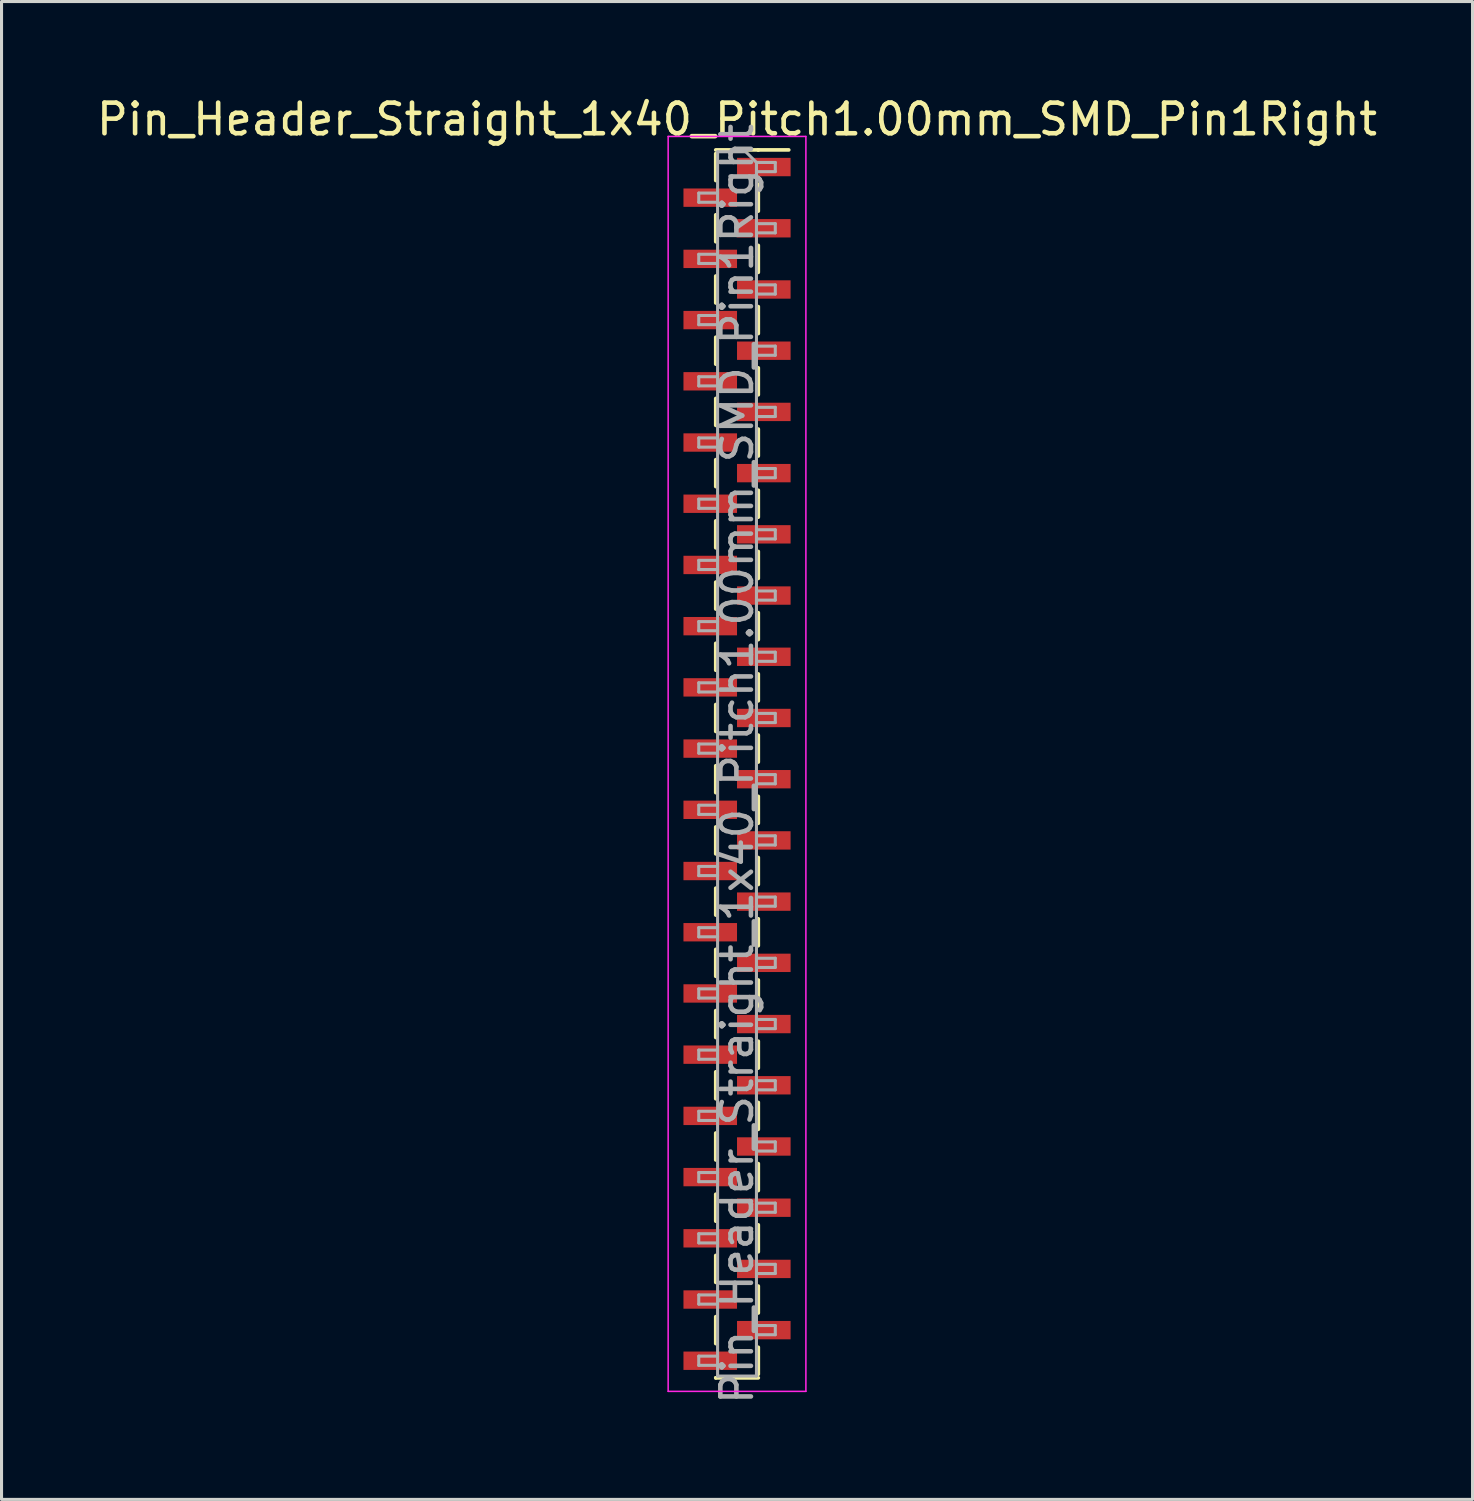
<source format=kicad_pcb>
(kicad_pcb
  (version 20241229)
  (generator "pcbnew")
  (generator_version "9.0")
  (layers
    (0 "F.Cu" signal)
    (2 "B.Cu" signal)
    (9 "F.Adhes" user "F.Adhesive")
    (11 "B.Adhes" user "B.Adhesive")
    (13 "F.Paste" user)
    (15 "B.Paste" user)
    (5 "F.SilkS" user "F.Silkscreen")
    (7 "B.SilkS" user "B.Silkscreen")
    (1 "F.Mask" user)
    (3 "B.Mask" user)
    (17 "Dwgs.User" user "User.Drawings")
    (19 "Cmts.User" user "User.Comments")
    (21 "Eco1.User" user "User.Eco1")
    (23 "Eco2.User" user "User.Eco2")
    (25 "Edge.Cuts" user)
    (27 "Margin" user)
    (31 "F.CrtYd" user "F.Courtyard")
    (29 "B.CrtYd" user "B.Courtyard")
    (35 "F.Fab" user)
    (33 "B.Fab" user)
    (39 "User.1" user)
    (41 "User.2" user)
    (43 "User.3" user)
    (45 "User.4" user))
  (footprint "Pin_Header_Straight_1x40_Pitch1.00mm_SMD_Pin1Right"
    (layer "F.Cu")
    (at 21.03 21.908)
    (property "Reference" "Pin_Header_Straight_1x40_Pitch1.00mm_SMD_Pin1Right" (at 0 -21.06 0) (layer "F.SilkS") (effects (font (size 1 1) (thickness 0.15))))
    (attr smd)
    (fp_line (start -0.695 -20.06) (end 0.695 -20.06) (stroke (width 0.12) (type solid)) (layer "F.SilkS"))
    (fp_line (start -0.695 -19.94) (end -0.695 -19.06) (stroke (width 0.12) (type solid)) (layer "F.SilkS"))
    (fp_line (start -0.695 -17.94) (end -0.695 -17.06) (stroke (width 0.12) (type solid)) (layer "F.SilkS"))
    (fp_line (start -0.695 -15.94) (end -0.695 -15.06) (stroke (width 0.12) (type solid)) (layer "F.SilkS"))
    (fp_line (start -0.695 -13.94) (end -0.695 -13.06) (stroke (width 0.12) (type solid)) (layer "F.SilkS"))
    (fp_line (start -0.695 -11.94) (end -0.695 -11.06) (stroke (width 0.12) (type solid)) (layer "F.SilkS"))
    (fp_line (start -0.695 -9.94) (end -0.695 -9.06) (stroke (width 0.12) (type solid)) (layer "F.SilkS"))
    (fp_line (start -0.695 -7.94) (end -0.695 -7.06) (stroke (width 0.12) (type solid)) (layer "F.SilkS"))
    (fp_line (start -0.695 -5.94) (end -0.695 -5.06) (stroke (width 0.12) (type solid)) (layer "F.SilkS"))
    (fp_line (start -0.695 -3.94) (end -0.695 -3.06) (stroke (width 0.12) (type solid)) (layer "F.SilkS"))
    (fp_line (start -0.695 -1.94) (end -0.695 -1.06) (stroke (width 0.12) (type solid)) (layer "F.SilkS"))
    (fp_line (start -0.695 0.06) (end -0.695 0.94) (stroke (width 0.12) (type solid)) (layer "F.SilkS"))
    (fp_line (start -0.695 2.06) (end -0.695 2.94) (stroke (width 0.12) (type solid)) (layer "F.SilkS"))
    (fp_line (start -0.695 4.06) (end -0.695 4.94) (stroke (width 0.12) (type solid)) (layer "F.SilkS"))
    (fp_line (start -0.695 6.06) (end -0.695 6.94) (stroke (width 0.12) (type solid)) (layer "F.SilkS"))
    (fp_line (start -0.695 8.06) (end -0.695 8.94) (stroke (width 0.12) (type solid)) (layer "F.SilkS"))
    (fp_line (start -0.695 10.06) (end -0.695 10.94) (stroke (width 0.12) (type solid)) (layer "F.SilkS"))
    (fp_line (start -0.695 12.06) (end -0.695 12.94) (stroke (width 0.12) (type solid)) (layer "F.SilkS"))
    (fp_line (start -0.695 14.06) (end -0.695 14.94) (stroke (width 0.12) (type solid)) (layer "F.SilkS"))
    (fp_line (start -0.695 16.06) (end -0.695 16.94) (stroke (width 0.12) (type solid)) (layer "F.SilkS"))
    (fp_line (start -0.695 18.06) (end -0.695 18.94) (stroke (width 0.12) (type solid)) (layer "F.SilkS"))
    (fp_line (start -0.695 20.06) (end -0.695 20.06) (stroke (width 0.12) (type solid)) (layer "F.SilkS"))
    (fp_line (start -0.695 20.06) (end 0.695 20.06) (stroke (width 0.12) (type solid)) (layer "F.SilkS"))
    (fp_line (start 0.695 -20.06) (end 0.695 -20.06) (stroke (width 0.12) (type solid)) (layer "F.SilkS"))
    (fp_line (start 0.695 -20.06) (end 1.69 -20.06) (stroke (width 0.12) (type solid)) (layer "F.SilkS"))
    (fp_line (start 0.695 -18.94) (end 0.695 -18.06) (stroke (width 0.12) (type solid)) (layer "F.SilkS"))
    (fp_line (start 0.695 -16.94) (end 0.695 -16.06) (stroke (width 0.12) (type solid)) (layer "F.SilkS"))
    (fp_line (start 0.695 -14.94) (end 0.695 -14.06) (stroke (width 0.12) (type solid)) (layer "F.SilkS"))
    (fp_line (start 0.695 -12.94) (end 0.695 -12.06) (stroke (width 0.12) (type solid)) (layer "F.SilkS"))
    (fp_line (start 0.695 -10.94) (end 0.695 -10.06) (stroke (width 0.12) (type solid)) (layer "F.SilkS"))
    (fp_line (start 0.695 -8.94) (end 0.695 -8.06) (stroke (width 0.12) (type solid)) (layer "F.SilkS"))
    (fp_line (start 0.695 -6.94) (end 0.695 -6.06) (stroke (width 0.12) (type solid)) (layer "F.SilkS"))
    (fp_line (start 0.695 -4.94) (end 0.695 -4.06) (stroke (width 0.12) (type solid)) (layer "F.SilkS"))
    (fp_line (start 0.695 -2.94) (end 0.695 -2.06) (stroke (width 0.12) (type solid)) (layer "F.SilkS"))
    (fp_line (start 0.695 -0.94) (end 0.695 -0.06) (stroke (width 0.12) (type solid)) (layer "F.SilkS"))
    (fp_line (start 0.695 1.06) (end 0.695 1.94) (stroke (width 0.12) (type solid)) (layer "F.SilkS"))
    (fp_line (start 0.695 3.06) (end 0.695 3.94) (stroke (width 0.12) (type solid)) (layer "F.SilkS"))
    (fp_line (start 0.695 5.06) (end 0.695 5.94) (stroke (width 0.12) (type solid)) (layer "F.SilkS"))
    (fp_line (start 0.695 7.06) (end 0.695 7.94) (stroke (width 0.12) (type solid)) (layer "F.SilkS"))
    (fp_line (start 0.695 9.06) (end 0.695 9.94) (stroke (width 0.12) (type solid)) (layer "F.SilkS"))
    (fp_line (start 0.695 11.06) (end 0.695 11.94) (stroke (width 0.12) (type solid)) (layer "F.SilkS"))
    (fp_line (start 0.695 13.06) (end 0.695 13.94) (stroke (width 0.12) (type solid)) (layer "F.SilkS"))
    (fp_line (start 0.695 15.06) (end 0.695 15.94) (stroke (width 0.12) (type solid)) (layer "F.SilkS"))
    (fp_line (start 0.695 17.06) (end 0.695 17.94) (stroke (width 0.12) (type solid)) (layer "F.SilkS"))
    (fp_line (start 0.695 19.06) (end 0.695 19.94) (stroke (width 0.12) (type solid)) (layer "F.SilkS"))
    (fp_line (start -2.25 -20.5) (end -2.25 20.5) (stroke (width 0.05) (type solid)) (layer "F.CrtYd"))
    (fp_line (start -2.25 20.5) (end 2.25 20.5) (stroke (width 0.05) (type solid)) (layer "F.CrtYd"))
    (fp_line (start 2.25 -20.5) (end -2.25 -20.5) (stroke (width 0.05) (type solid)) (layer "F.CrtYd"))
    (fp_line (start 2.25 20.5) (end 2.25 -20.5) (stroke (width 0.05) (type solid)) (layer "F.CrtYd"))
    (fp_line (start -1.25 -18.65) (end -1.25 -18.35) (stroke (width 0.1) (type solid)) (layer "F.Fab"))
    (fp_line (start -1.25 -18.35) (end -0.635 -18.35) (stroke (width 0.1) (type solid)) (layer "F.Fab"))
    (fp_line (start -1.25 -16.65) (end -1.25 -16.35) (stroke (width 0.1) (type solid)) (layer "F.Fab"))
    (fp_line (start -1.25 -16.35) (end -0.635 -16.35) (stroke (width 0.1) (type solid)) (layer "F.Fab"))
    (fp_line (start -1.25 -14.65) (end -1.25 -14.35) (stroke (width 0.1) (type solid)) (layer "F.Fab"))
    (fp_line (start -1.25 -14.35) (end -0.635 -14.35) (stroke (width 0.1) (type solid)) (layer "F.Fab"))
    (fp_line (start -1.25 -12.65) (end -1.25 -12.35) (stroke (width 0.1) (type solid)) (layer "F.Fab"))
    (fp_line (start -1.25 -12.35) (end -0.635 -12.35) (stroke (width 0.1) (type solid)) (layer "F.Fab"))
    (fp_line (start -1.25 -10.65) (end -1.25 -10.35) (stroke (width 0.1) (type solid)) (layer "F.Fab"))
    (fp_line (start -1.25 -10.35) (end -0.635 -10.35) (stroke (width 0.1) (type solid)) (layer "F.Fab"))
    (fp_line (start -1.25 -8.65) (end -1.25 -8.35) (stroke (width 0.1) (type solid)) (layer "F.Fab"))
    (fp_line (start -1.25 -8.35) (end -0.635 -8.35) (stroke (width 0.1) (type solid)) (layer "F.Fab"))
    (fp_line (start -1.25 -6.65) (end -1.25 -6.35) (stroke (width 0.1) (type solid)) (layer "F.Fab"))
    (fp_line (start -1.25 -6.35) (end -0.635 -6.35) (stroke (width 0.1) (type solid)) (layer "F.Fab"))
    (fp_line (start -1.25 -4.65) (end -1.25 -4.35) (stroke (width 0.1) (type solid)) (layer "F.Fab"))
    (fp_line (start -1.25 -4.35) (end -0.635 -4.35) (stroke (width 0.1) (type solid)) (layer "F.Fab"))
    (fp_line (start -1.25 -2.65) (end -1.25 -2.35) (stroke (width 0.1) (type solid)) (layer "F.Fab"))
    (fp_line (start -1.25 -2.35) (end -0.635 -2.35) (stroke (width 0.1) (type solid)) (layer "F.Fab"))
    (fp_line (start -1.25 -0.65) (end -1.25 -0.35) (stroke (width 0.1) (type solid)) (layer "F.Fab"))
    (fp_line (start -1.25 -0.35) (end -0.635 -0.35) (stroke (width 0.1) (type solid)) (layer "F.Fab"))
    (fp_line (start -1.25 1.35) (end -1.25 1.65) (stroke (width 0.1) (type solid)) (layer "F.Fab"))
    (fp_line (start -1.25 1.65) (end -0.635 1.65) (stroke (width 0.1) (type solid)) (layer "F.Fab"))
    (fp_line (start -1.25 3.35) (end -1.25 3.65) (stroke (width 0.1) (type solid)) (layer "F.Fab"))
    (fp_line (start -1.25 3.65) (end -0.635 3.65) (stroke (width 0.1) (type solid)) (layer "F.Fab"))
    (fp_line (start -1.25 5.35) (end -1.25 5.65) (stroke (width 0.1) (type solid)) (layer "F.Fab"))
    (fp_line (start -1.25 5.65) (end -0.635 5.65) (stroke (width 0.1) (type solid)) (layer "F.Fab"))
    (fp_line (start -1.25 7.35) (end -1.25 7.65) (stroke (width 0.1) (type solid)) (layer "F.Fab"))
    (fp_line (start -1.25 7.65) (end -0.635 7.65) (stroke (width 0.1) (type solid)) (layer "F.Fab"))
    (fp_line (start -1.25 9.35) (end -1.25 9.65) (stroke (width 0.1) (type solid)) (layer "F.Fab"))
    (fp_line (start -1.25 9.65) (end -0.635 9.65) (stroke (width 0.1) (type solid)) (layer "F.Fab"))
    (fp_line (start -1.25 11.35) (end -1.25 11.65) (stroke (width 0.1) (type solid)) (layer "F.Fab"))
    (fp_line (start -1.25 11.65) (end -0.635 11.65) (stroke (width 0.1) (type solid)) (layer "F.Fab"))
    (fp_line (start -1.25 13.35) (end -1.25 13.65) (stroke (width 0.1) (type solid)) (layer "F.Fab"))
    (fp_line (start -1.25 13.65) (end -0.635 13.65) (stroke (width 0.1) (type solid)) (layer "F.Fab"))
    (fp_line (start -1.25 15.35) (end -1.25 15.65) (stroke (width 0.1) (type solid)) (layer "F.Fab"))
    (fp_line (start -1.25 15.65) (end -0.635 15.65) (stroke (width 0.1) (type solid)) (layer "F.Fab"))
    (fp_line (start -1.25 17.35) (end -1.25 17.65) (stroke (width 0.1) (type solid)) (layer "F.Fab"))
    (fp_line (start -1.25 17.65) (end -0.635 17.65) (stroke (width 0.1) (type solid)) (layer "F.Fab"))
    (fp_line (start -1.25 19.35) (end -1.25 19.65) (stroke (width 0.1) (type solid)) (layer "F.Fab"))
    (fp_line (start -1.25 19.65) (end -0.635 19.65) (stroke (width 0.1) (type solid)) (layer "F.Fab"))
    (fp_line (start -0.635 -20) (end -0.635 20) (stroke (width 0.1) (type solid)) (layer "F.Fab"))
    (fp_line (start -0.635 -20) (end 0.285 -20) (stroke (width 0.1) (type solid)) (layer "F.Fab"))
    (fp_line (start -0.635 -18.65) (end -1.25 -18.65) (stroke (width 0.1) (type solid)) (layer "F.Fab"))
    (fp_line (start -0.635 -16.65) (end -1.25 -16.65) (stroke (width 0.1) (type solid)) (layer "F.Fab"))
    (fp_line (start -0.635 -14.65) (end -1.25 -14.65) (stroke (width 0.1) (type solid)) (layer "F.Fab"))
    (fp_line (start -0.635 -12.65) (end -1.25 -12.65) (stroke (width 0.1) (type solid)) (layer "F.Fab"))
    (fp_line (start -0.635 -10.65) (end -1.25 -10.65) (stroke (width 0.1) (type solid)) (layer "F.Fab"))
    (fp_line (start -0.635 -8.65) (end -1.25 -8.65) (stroke (width 0.1) (type solid)) (layer "F.Fab"))
    (fp_line (start -0.635 -6.65) (end -1.25 -6.65) (stroke (width 0.1) (type solid)) (layer "F.Fab"))
    (fp_line (start -0.635 -4.65) (end -1.25 -4.65) (stroke (width 0.1) (type solid)) (layer "F.Fab"))
    (fp_line (start -0.635 -2.65) (end -1.25 -2.65) (stroke (width 0.1) (type solid)) (layer "F.Fab"))
    (fp_line (start -0.635 -0.65) (end -1.25 -0.65) (stroke (width 0.1) (type solid)) (layer "F.Fab"))
    (fp_line (start -0.635 1.35) (end -1.25 1.35) (stroke (width 0.1) (type solid)) (layer "F.Fab"))
    (fp_line (start -0.635 3.35) (end -1.25 3.35) (stroke (width 0.1) (type solid)) (layer "F.Fab"))
    (fp_line (start -0.635 5.35) (end -1.25 5.35) (stroke (width 0.1) (type solid)) (layer "F.Fab"))
    (fp_line (start -0.635 7.35) (end -1.25 7.35) (stroke (width 0.1) (type solid)) (layer "F.Fab"))
    (fp_line (start -0.635 9.35) (end -1.25 9.35) (stroke (width 0.1) (type solid)) (layer "F.Fab"))
    (fp_line (start -0.635 11.35) (end -1.25 11.35) (stroke (width 0.1) (type solid)) (layer "F.Fab"))
    (fp_line (start -0.635 13.35) (end -1.25 13.35) (stroke (width 0.1) (type solid)) (layer "F.Fab"))
    (fp_line (start -0.635 15.35) (end -1.25 15.35) (stroke (width 0.1) (type solid)) (layer "F.Fab"))
    (fp_line (start -0.635 17.35) (end -1.25 17.35) (stroke (width 0.1) (type solid)) (layer "F.Fab"))
    (fp_line (start -0.635 19.35) (end -1.25 19.35) (stroke (width 0.1) (type solid)) (layer "F.Fab"))
    (fp_line (start 0.635 -19.65) (end 0.285 -20) (stroke (width 0.1) (type solid)) (layer "F.Fab"))
    (fp_line (start 0.635 -19.65) (end 1.25 -19.65) (stroke (width 0.1) (type solid)) (layer "F.Fab"))
    (fp_line (start 0.635 -17.65) (end 1.25 -17.65) (stroke (width 0.1) (type solid)) (layer "F.Fab"))
    (fp_line (start 0.635 -15.65) (end 1.25 -15.65) (stroke (width 0.1) (type solid)) (layer "F.Fab"))
    (fp_line (start 0.635 -13.65) (end 1.25 -13.65) (stroke (width 0.1) (type solid)) (layer "F.Fab"))
    (fp_line (start 0.635 -11.65) (end 1.25 -11.65) (stroke (width 0.1) (type solid)) (layer "F.Fab"))
    (fp_line (start 0.635 -9.65) (end 1.25 -9.65) (stroke (width 0.1) (type solid)) (layer "F.Fab"))
    (fp_line (start 0.635 -7.65) (end 1.25 -7.65) (stroke (width 0.1) (type solid)) (layer "F.Fab"))
    (fp_line (start 0.635 -5.65) (end 1.25 -5.65) (stroke (width 0.1) (type solid)) (layer "F.Fab"))
    (fp_line (start 0.635 -3.65) (end 1.25 -3.65) (stroke (width 0.1) (type solid)) (layer "F.Fab"))
    (fp_line (start 0.635 -1.65) (end 1.25 -1.65) (stroke (width 0.1) (type solid)) (layer "F.Fab"))
    (fp_line (start 0.635 0.35) (end 1.25 0.35) (stroke (width 0.1) (type solid)) (layer "F.Fab"))
    (fp_line (start 0.635 2.35) (end 1.25 2.35) (stroke (width 0.1) (type solid)) (layer "F.Fab"))
    (fp_line (start 0.635 4.35) (end 1.25 4.35) (stroke (width 0.1) (type solid)) (layer "F.Fab"))
    (fp_line (start 0.635 6.35) (end 1.25 6.35) (stroke (width 0.1) (type solid)) (layer "F.Fab"))
    (fp_line (start 0.635 8.35) (end 1.25 8.35) (stroke (width 0.1) (type solid)) (layer "F.Fab"))
    (fp_line (start 0.635 10.35) (end 1.25 10.35) (stroke (width 0.1) (type solid)) (layer "F.Fab"))
    (fp_line (start 0.635 12.35) (end 1.25 12.35) (stroke (width 0.1) (type solid)) (layer "F.Fab"))
    (fp_line (start 0.635 14.35) (end 1.25 14.35) (stroke (width 0.1) (type solid)) (layer "F.Fab"))
    (fp_line (start 0.635 16.35) (end 1.25 16.35) (stroke (width 0.1) (type solid)) (layer "F.Fab"))
    (fp_line (start 0.635 18.35) (end 1.25 18.35) (stroke (width 0.1) (type solid)) (layer "F.Fab"))
    (fp_line (start 0.635 20) (end -0.635 20) (stroke (width 0.1) (type solid)) (layer "F.Fab"))
    (fp_line (start 0.635 20) (end 0.635 -19.65) (stroke (width 0.1) (type solid)) (layer "F.Fab"))
    (fp_line (start 1.25 -19.65) (end 1.25 -19.35) (stroke (width 0.1) (type solid)) (layer "F.Fab"))
    (fp_line (start 1.25 -19.35) (end 0.635 -19.35) (stroke (width 0.1) (type solid)) (layer "F.Fab"))
    (fp_line (start 1.25 -17.65) (end 1.25 -17.35) (stroke (width 0.1) (type solid)) (layer "F.Fab"))
    (fp_line (start 1.25 -17.35) (end 0.635 -17.35) (stroke (width 0.1) (type solid)) (layer "F.Fab"))
    (fp_line (start 1.25 -15.65) (end 1.25 -15.35) (stroke (width 0.1) (type solid)) (layer "F.Fab"))
    (fp_line (start 1.25 -15.35) (end 0.635 -15.35) (stroke (width 0.1) (type solid)) (layer "F.Fab"))
    (fp_line (start 1.25 -13.65) (end 1.25 -13.35) (stroke (width 0.1) (type solid)) (layer "F.Fab"))
    (fp_line (start 1.25 -13.35) (end 0.635 -13.35) (stroke (width 0.1) (type solid)) (layer "F.Fab"))
    (fp_line (start 1.25 -11.65) (end 1.25 -11.35) (stroke (width 0.1) (type solid)) (layer "F.Fab"))
    (fp_line (start 1.25 -11.35) (end 0.635 -11.35) (stroke (width 0.1) (type solid)) (layer "F.Fab"))
    (fp_line (start 1.25 -9.65) (end 1.25 -9.35) (stroke (width 0.1) (type solid)) (layer "F.Fab"))
    (fp_line (start 1.25 -9.35) (end 0.635 -9.35) (stroke (width 0.1) (type solid)) (layer "F.Fab"))
    (fp_line (start 1.25 -7.65) (end 1.25 -7.35) (stroke (width 0.1) (type solid)) (layer "F.Fab"))
    (fp_line (start 1.25 -7.35) (end 0.635 -7.35) (stroke (width 0.1) (type solid)) (layer "F.Fab"))
    (fp_line (start 1.25 -5.65) (end 1.25 -5.35) (stroke (width 0.1) (type solid)) (layer "F.Fab"))
    (fp_line (start 1.25 -5.35) (end 0.635 -5.35) (stroke (width 0.1) (type solid)) (layer "F.Fab"))
    (fp_line (start 1.25 -3.65) (end 1.25 -3.35) (stroke (width 0.1) (type solid)) (layer "F.Fab"))
    (fp_line (start 1.25 -3.35) (end 0.635 -3.35) (stroke (width 0.1) (type solid)) (layer "F.Fab"))
    (fp_line (start 1.25 -1.65) (end 1.25 -1.35) (stroke (width 0.1) (type solid)) (layer "F.Fab"))
    (fp_line (start 1.25 -1.35) (end 0.635 -1.35) (stroke (width 0.1) (type solid)) (layer "F.Fab"))
    (fp_line (start 1.25 0.35) (end 1.25 0.65) (stroke (width 0.1) (type solid)) (layer "F.Fab"))
    (fp_line (start 1.25 0.65) (end 0.635 0.65) (stroke (width 0.1) (type solid)) (layer "F.Fab"))
    (fp_line (start 1.25 2.35) (end 1.25 2.65) (stroke (width 0.1) (type solid)) (layer "F.Fab"))
    (fp_line (start 1.25 2.65) (end 0.635 2.65) (stroke (width 0.1) (type solid)) (layer "F.Fab"))
    (fp_line (start 1.25 4.35) (end 1.25 4.65) (stroke (width 0.1) (type solid)) (layer "F.Fab"))
    (fp_line (start 1.25 4.65) (end 0.635 4.65) (stroke (width 0.1) (type solid)) (layer "F.Fab"))
    (fp_line (start 1.25 6.35) (end 1.25 6.65) (stroke (width 0.1) (type solid)) (layer "F.Fab"))
    (fp_line (start 1.25 6.65) (end 0.635 6.65) (stroke (width 0.1) (type solid)) (layer "F.Fab"))
    (fp_line (start 1.25 8.35) (end 1.25 8.65) (stroke (width 0.1) (type solid)) (layer "F.Fab"))
    (fp_line (start 1.25 8.65) (end 0.635 8.65) (stroke (width 0.1) (type solid)) (layer "F.Fab"))
    (fp_line (start 1.25 10.35) (end 1.25 10.65) (stroke (width 0.1) (type solid)) (layer "F.Fab"))
    (fp_line (start 1.25 10.65) (end 0.635 10.65) (stroke (width 0.1) (type solid)) (layer "F.Fab"))
    (fp_line (start 1.25 12.35) (end 1.25 12.65) (stroke (width 0.1) (type solid)) (layer "F.Fab"))
    (fp_line (start 1.25 12.65) (end 0.635 12.65) (stroke (width 0.1) (type solid)) (layer "F.Fab"))
    (fp_line (start 1.25 14.35) (end 1.25 14.65) (stroke (width 0.1) (type solid)) (layer "F.Fab"))
    (fp_line (start 1.25 14.65) (end 0.635 14.65) (stroke (width 0.1) (type solid)) (layer "F.Fab"))
    (fp_line (start 1.25 16.35) (end 1.25 16.65) (stroke (width 0.1) (type solid)) (layer "F.Fab"))
    (fp_line (start 1.25 16.65) (end 0.635 16.65) (stroke (width 0.1) (type solid)) (layer "F.Fab"))
    (fp_line (start 1.25 18.35) (end 1.25 18.65) (stroke (width 0.1) (type solid)) (layer "F.Fab"))
    (fp_line (start 1.25 18.65) (end 0.635 18.65) (stroke (width 0.1) (type solid)) (layer "F.Fab"))
    (fp_text user "${REFERENCE}" (at 0 0 90) (layer "F.Fab") (effects (font (size 1 1) (thickness 0.15))))
    (pad "1" smd rect (at 0.875 -19.5) (size 1.75 0.6) (layers "F.Cu" "F.Mask" "F.Paste"))
    (pad "2" smd rect (at -0.875 -18.5) (size 1.75 0.6) (layers "F.Cu" "F.Mask" "F.Paste"))
    (pad "3" smd rect (at 0.875 -17.5) (size 1.75 0.6) (layers "F.Cu" "F.Mask" "F.Paste"))
    (pad "4" smd rect (at -0.875 -16.5) (size 1.75 0.6) (layers "F.Cu" "F.Mask" "F.Paste"))
    (pad "5" smd rect (at 0.875 -15.5) (size 1.75 0.6) (layers "F.Cu" "F.Mask" "F.Paste"))
    (pad "6" smd rect (at -0.875 -14.5) (size 1.75 0.6) (layers "F.Cu" "F.Mask" "F.Paste"))
    (pad "7" smd rect (at 0.875 -13.5) (size 1.75 0.6) (layers "F.Cu" "F.Mask" "F.Paste"))
    (pad "8" smd rect (at -0.875 -12.5) (size 1.75 0.6) (layers "F.Cu" "F.Mask" "F.Paste"))
    (pad "9" smd rect (at 0.875 -11.5) (size 1.75 0.6) (layers "F.Cu" "F.Mask" "F.Paste"))
    (pad "10" smd rect (at -0.875 -10.5) (size 1.75 0.6) (layers "F.Cu" "F.Mask" "F.Paste"))
    (pad "11" smd rect (at 0.875 -9.5) (size 1.75 0.6) (layers "F.Cu" "F.Mask" "F.Paste"))
    (pad "12" smd rect (at -0.875 -8.5) (size 1.75 0.6) (layers "F.Cu" "F.Mask" "F.Paste"))
    (pad "13" smd rect (at 0.875 -7.5) (size 1.75 0.6) (layers "F.Cu" "F.Mask" "F.Paste"))
    (pad "14" smd rect (at -0.875 -6.5) (size 1.75 0.6) (layers "F.Cu" "F.Mask" "F.Paste"))
    (pad "15" smd rect (at 0.875 -5.5) (size 1.75 0.6) (layers "F.Cu" "F.Mask" "F.Paste"))
    (pad "16" smd rect (at -0.875 -4.5) (size 1.75 0.6) (layers "F.Cu" "F.Mask" "F.Paste"))
    (pad "17" smd rect (at 0.875 -3.5) (size 1.75 0.6) (layers "F.Cu" "F.Mask" "F.Paste"))
    (pad "18" smd rect (at -0.875 -2.5) (size 1.75 0.6) (layers "F.Cu" "F.Mask" "F.Paste"))
    (pad "19" smd rect (at 0.875 -1.5) (size 1.75 0.6) (layers "F.Cu" "F.Mask" "F.Paste"))
    (pad "20" smd rect (at -0.875 -0.5) (size 1.75 0.6) (layers "F.Cu" "F.Mask" "F.Paste"))
    (pad "21" smd rect (at 0.875 0.5) (size 1.75 0.6) (layers "F.Cu" "F.Mask" "F.Paste"))
    (pad "22" smd rect (at -0.875 1.5) (size 1.75 0.6) (layers "F.Cu" "F.Mask" "F.Paste"))
    (pad "23" smd rect (at 0.875 2.5) (size 1.75 0.6) (layers "F.Cu" "F.Mask" "F.Paste"))
    (pad "24" smd rect (at -0.875 3.5) (size 1.75 0.6) (layers "F.Cu" "F.Mask" "F.Paste"))
    (pad "25" smd rect (at 0.875 4.5) (size 1.75 0.6) (layers "F.Cu" "F.Mask" "F.Paste"))
    (pad "26" smd rect (at -0.875 5.5) (size 1.75 0.6) (layers "F.Cu" "F.Mask" "F.Paste"))
    (pad "27" smd rect (at 0.875 6.5) (size 1.75 0.6) (layers "F.Cu" "F.Mask" "F.Paste"))
    (pad "28" smd rect (at -0.875 7.5) (size 1.75 0.6) (layers "F.Cu" "F.Mask" "F.Paste"))
    (pad "29" smd rect (at 0.875 8.5) (size 1.75 0.6) (layers "F.Cu" "F.Mask" "F.Paste"))
    (pad "30" smd rect (at -0.875 9.5) (size 1.75 0.6) (layers "F.Cu" "F.Mask" "F.Paste"))
    (pad "31" smd rect (at 0.875 10.5) (size 1.75 0.6) (layers "F.Cu" "F.Mask" "F.Paste"))
    (pad "32" smd rect (at -0.875 11.5) (size 1.75 0.6) (layers "F.Cu" "F.Mask" "F.Paste"))
    (pad "33" smd rect (at 0.875 12.5) (size 1.75 0.6) (layers "F.Cu" "F.Mask" "F.Paste"))
    (pad "34" smd rect (at -0.875 13.5) (size 1.75 0.6) (layers "F.Cu" "F.Mask" "F.Paste"))
    (pad "35" smd rect (at 0.875 14.5) (size 1.75 0.6) (layers "F.Cu" "F.Mask" "F.Paste"))
    (pad "36" smd rect (at -0.875 15.5) (size 1.75 0.6) (layers "F.Cu" "F.Mask" "F.Paste"))
    (pad "37" smd rect (at 0.875 16.5) (size 1.75 0.6) (layers "F.Cu" "F.Mask" "F.Paste"))
    (pad "38" smd rect (at -0.875 17.5) (size 1.75 0.6) (layers "F.Cu" "F.Mask" "F.Paste"))
    (pad "39" smd rect (at 0.875 18.5) (size 1.75 0.6) (layers "F.Cu" "F.Mask" "F.Paste"))
    (pad "40" smd rect (at -0.875 19.5) (size 1.75 0.6) (layers "F.Cu" "F.Mask" "F.Paste")))
  (gr_rect
    (start -3 -3)
    (end 45.06 45.938)
    (stroke (width 0.1) (type default))
    (fill no)
    (layer "Edge.Cuts")))
</source>
